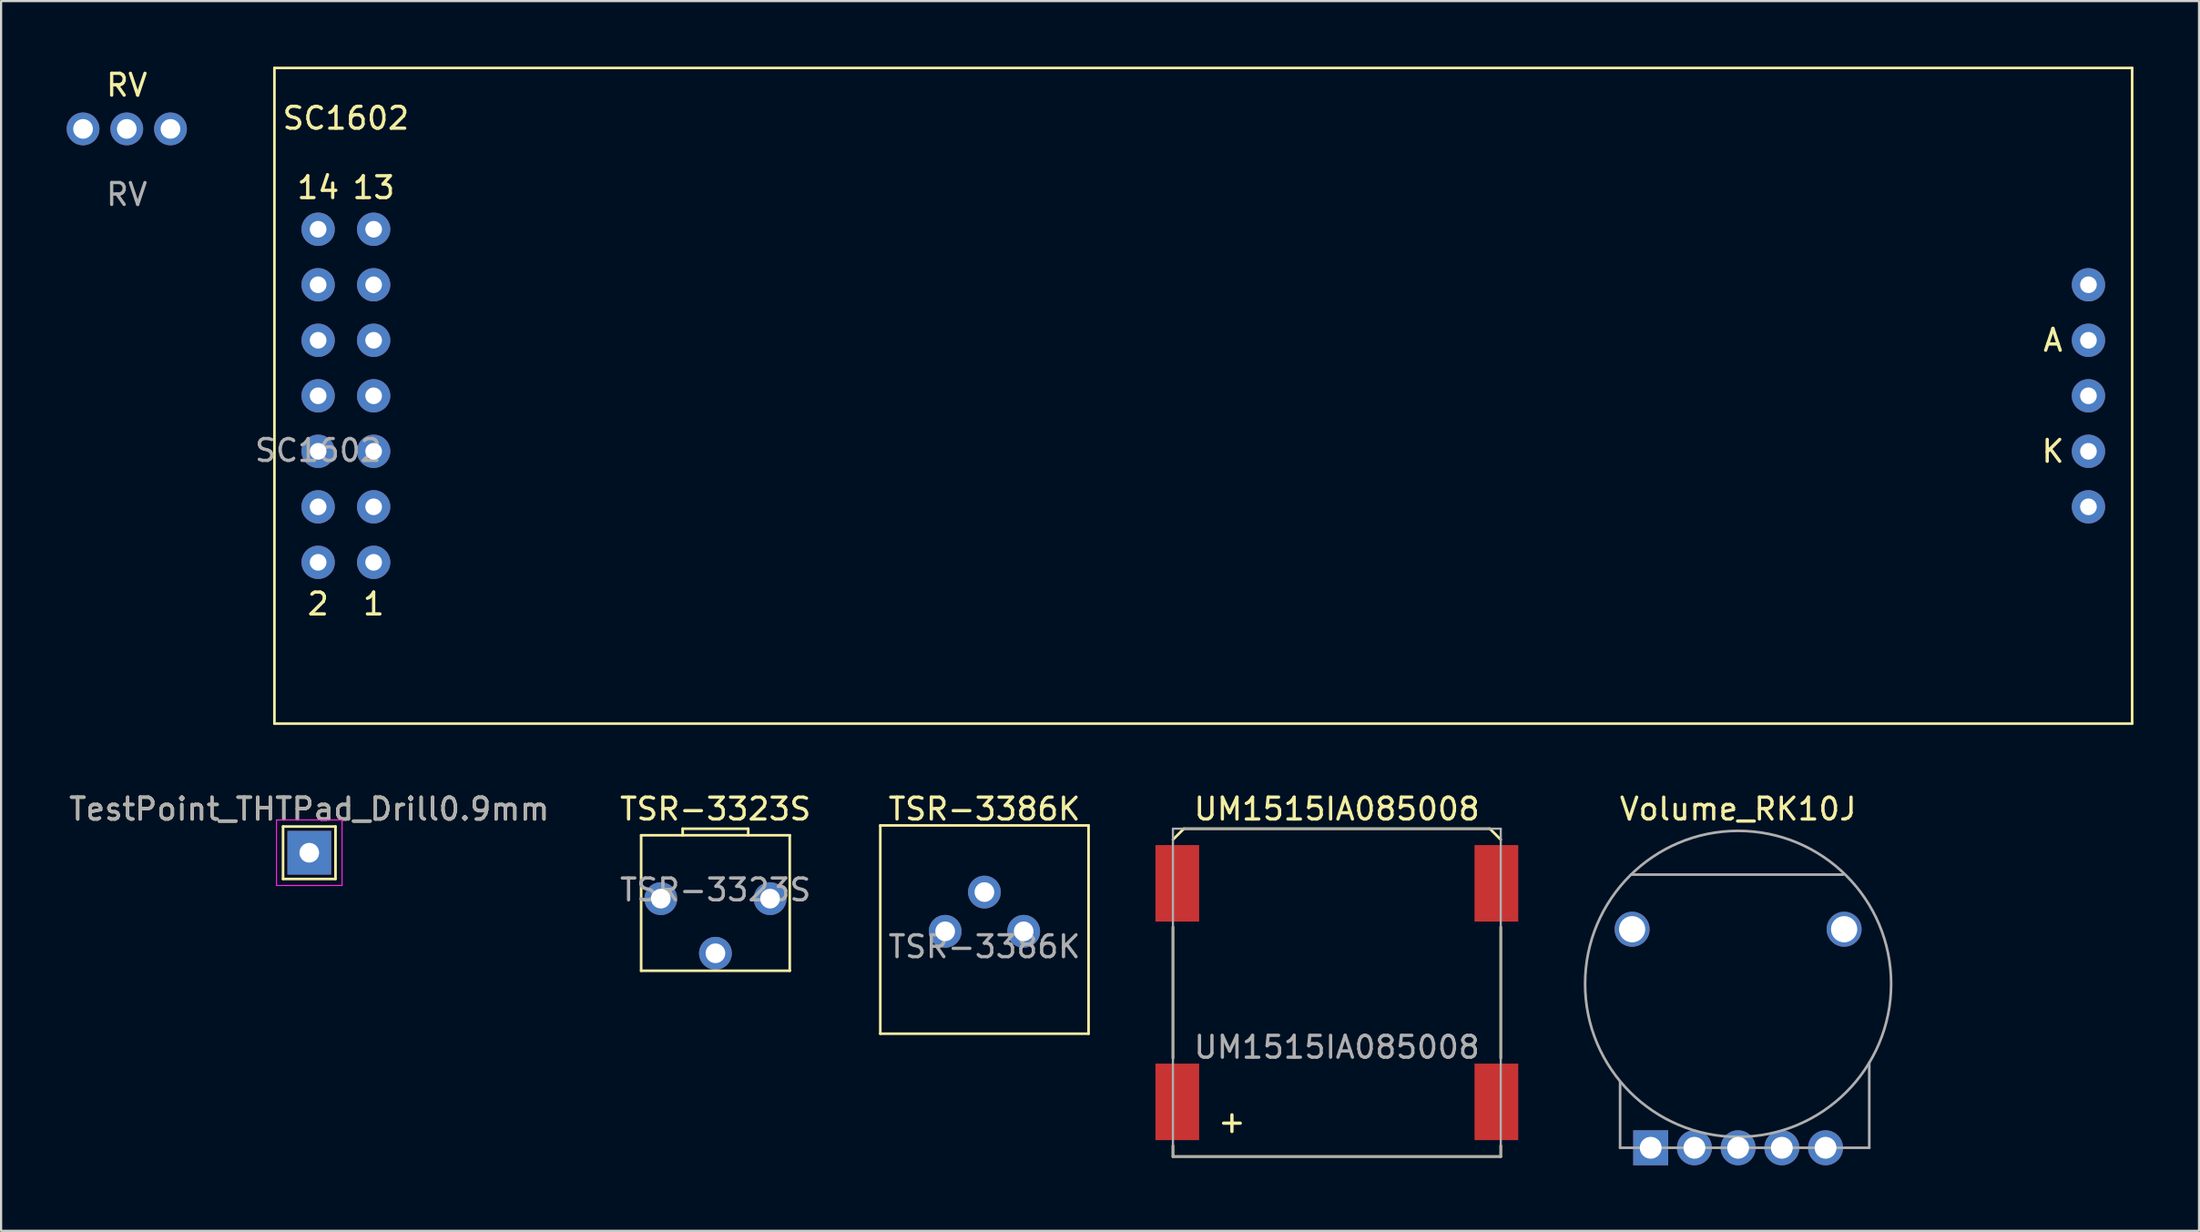
<source format=kicad_pcb>
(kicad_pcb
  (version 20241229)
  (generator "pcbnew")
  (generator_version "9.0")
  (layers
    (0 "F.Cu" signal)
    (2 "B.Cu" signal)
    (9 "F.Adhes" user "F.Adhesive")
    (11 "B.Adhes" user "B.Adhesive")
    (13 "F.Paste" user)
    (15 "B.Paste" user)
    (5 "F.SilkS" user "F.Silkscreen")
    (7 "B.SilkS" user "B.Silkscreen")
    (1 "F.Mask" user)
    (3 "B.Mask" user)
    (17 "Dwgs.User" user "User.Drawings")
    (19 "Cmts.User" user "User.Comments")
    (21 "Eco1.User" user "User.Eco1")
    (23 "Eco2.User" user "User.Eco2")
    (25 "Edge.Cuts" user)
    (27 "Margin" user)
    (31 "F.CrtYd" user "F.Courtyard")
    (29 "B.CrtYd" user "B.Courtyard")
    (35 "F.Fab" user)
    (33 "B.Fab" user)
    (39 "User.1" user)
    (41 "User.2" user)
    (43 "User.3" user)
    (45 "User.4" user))
  (footprint "TestPoint_THTPad_Drill0.9mm"
    (layer "F.Cu")
    (at 11.101 35.968)
    (property "Reference" "TestPoint_THTPad_Drill0.9mm" (at 0 -1.998 0) (layer "F.SilkS") (effects (font (size 1 1) (thickness 0.15))))
    (attr exclude_from_pos_files exclude_from_bom)
    (fp_line (start -1.2 -1.2) (end 1.2 -1.2) (stroke (width 0.12) (type solid)) (layer "F.SilkS"))
    (fp_line (start -1.2 1.2) (end -1.2 -1.2) (stroke (width 0.12) (type solid)) (layer "F.SilkS"))
    (fp_line (start 1.2 -1.2) (end 1.2 1.2) (stroke (width 0.12) (type solid)) (layer "F.SilkS"))
    (fp_line (start 1.2 1.2) (end -1.2 1.2) (stroke (width 0.12) (type solid)) (layer "F.SilkS"))
    (fp_line (start -1.5 -1.5) (end -1.5 1.5) (stroke (width 0.05) (type solid)) (layer "F.CrtYd"))
    (fp_line (start -1.5 -1.5) (end 1.5 -1.5) (stroke (width 0.05) (type solid)) (layer "F.CrtYd"))
    (fp_line (start 1.5 1.5) (end -1.5 1.5) (stroke (width 0.05) (type solid)) (layer "F.CrtYd"))
    (fp_line (start 1.5 1.5) (end 1.5 -1.5) (stroke (width 0.05) (type solid)) (layer "F.CrtYd"))
    (fp_text user "${REFERENCE}" (at 0 -2 0) (layer "F.Fab") (effects (font (size 1 1) (thickness 0.15))))
    (pad "" thru_hole rect (at 0 0) (size 2 2) (drill 0.9) (layers "*.Cu" "*.Mask")))
  (footprint "TSR-3386K"
    (layer "F.Cu")
    (at 41.992 37.768)
    (property "Reference" "TSR-3386K" (at 0 -3.8 0) (unlocked yes) (layer "F.SilkS") (effects (font (size 1 1) (thickness 0.15))))
    (attr through_hole)
    (fp_line (start -4.765 -3.05) (end 4.765 -3.05) (stroke (width 0.12) (type solid)) (layer "F.SilkS"))
    (fp_line (start -4.765 6.48) (end -4.765 -3.05) (stroke (width 0.12) (type solid)) (layer "F.SilkS"))
    (fp_line (start 4.765 -3.05) (end 4.765 6.48) (stroke (width 0.12) (type solid)) (layer "F.SilkS"))
    (fp_line (start 4.765 6.48) (end -4.765 6.48) (stroke (width 0.12) (type solid)) (layer "F.SilkS"))
    (fp_text user "${REFERENCE}" (at 0 2.5 0) (unlocked yes) (layer "F.Fab") (effects (font (size 1 1) (thickness 0.15))))
    (pad "1" thru_hole circle (at -1.796 1.796) (size 1.5 1.5) (drill 0.9) (layers "*.Cu" "*.Mask"))
    (pad "2" thru_hole circle (at 0 0) (size 1.5 1.5) (drill 0.9) (layers "*.Cu" "*.Mask"))
    (pad "3" thru_hole circle (at 1.796 1.796) (size 1.5 1.5) (drill 0.9) (layers "*.Cu" "*.Mask")))
  (footprint "RV"
    (layer "F.Cu")
    (at 2.75 2.848)
    (property "Reference" "RV" (at 0 -2 0) (unlocked yes) (layer "F.SilkS") (effects (font (size 1 1) (thickness 0.15))))
    (attr through_hole)
    (fp_text user "${REFERENCE}" (at 0 3 0) (unlocked yes) (layer "F.Fab") (effects (font (size 1 1) (thickness 0.15))))
    (pad "1" thru_hole circle (at 2 0) (size 1.5 1.5) (drill 0.9) (layers "*.Cu" "*.Mask"))
    (pad "2" thru_hole circle (at 0 0) (size 1.5 1.5) (drill 0.9) (layers "*.Cu" "*.Mask"))
    (pad "3" thru_hole circle (at -2 0) (size 1.5 1.5) (drill 0.9) (layers "*.Cu" "*.Mask")))
  (footprint "Volume_RK10J"
    (layer "F.Cu")
    (at 76.477 41.968)
    (property "Reference" "Volume_RK10J" (at 0 -8 0) (layer "F.SilkS") (effects (font (size 1 1) (thickness 0.15))))
    (attr through_hole)
    (fp_line (start -5.4 7.5) (end -5.4 4.5) (stroke (width 0.12) (type solid)) (layer "F.Fab"))
    (fp_line (start 4.8 -5) (end -4.9 -5) (stroke (width 0.12) (type solid)) (layer "F.Fab"))
    (fp_line (start 6 7.5) (end -5.4 7.5) (stroke (width 0.12) (type solid)) (layer "F.Fab"))
    (fp_line (start 6 7.5) (end 6 3.6) (stroke (width 0.12) (type solid)) (layer "F.Fab"))
    (fp_circle (center 0 0) (end 7.001 0) (stroke (width 0.12) (type solid)) (fill no) (layer "F.Fab"))
    (pad "1" thru_hole rect (at -4 7.5) (size 1.6 1.6) (drill 1) (layers "*.Cu" "*.Mask"))
    (pad "2" thru_hole circle (at -2 7.5) (size 1.6 1.6) (drill 1) (layers "*.Cu" "*.Mask"))
    (pad "3" thru_hole circle (at 4 7.5) (size 1.6 1.6) (drill 1) (layers "*.Cu" "*.Mask"))
    (pad "~" thru_hole circle (at -4.85 -2.5) (size 1.6 1.6) (drill 1.2) (layers "*.Cu" "*.Mask"))
    (pad "~" thru_hole circle (at 0 7.5) (size 1.6 1.6) (drill 1) (layers "*.Cu" "*.Mask"))
    (pad "~" thru_hole circle (at 2 7.5) (size 1.6 1.6) (drill 1) (layers "*.Cu" "*.Mask"))
    (pad "~" thru_hole circle (at 4.85 -2.5) (size 1.6 1.6) (drill 1.2) (layers "*.Cu" "*.Mask")))
  (footprint "SC1602"
    (layer "F.Cu")
    (at 11.506 15.06)
    (property "Reference" "SC1602" (at 1.27 -12.7 0) (unlocked yes) (layer "F.SilkS") (effects (font (size 1 1) (thickness 0.15))))
    (attr through_hole)
    (fp_line (start -2 -15) (end 83 -15) (stroke (width 0.12) (type solid)) (layer "F.SilkS"))
    (fp_line (start -2 15) (end -2 -15) (stroke (width 0.12) (type solid)) (layer "F.SilkS"))
    (fp_line (start 83 -15) (end 83 15) (stroke (width 0.12) (type solid)) (layer "F.SilkS"))
    (fp_line (start 83 15) (end -2 15) (stroke (width 0.12) (type solid)) (layer "F.SilkS"))
    (fp_text user "2" (at 0 9.525 0) (unlocked yes) (layer "F.SilkS") (effects (font (size 1 1) (thickness 0.15))))
    (fp_text user "1" (at 2.54 9.525 0) (unlocked yes) (layer "F.SilkS") (effects (font (size 1 1) (thickness 0.15))))
    (fp_text user "A" (at 79.375 -2.54 0) (unlocked yes) (layer "F.SilkS") (effects (font (size 1 1) (thickness 0.15))))
    (fp_text user "13" (at 2.54 -9.525 0) (unlocked yes) (layer "F.SilkS") (effects (font (size 1 1) (thickness 0.15))))
    (fp_text user "K" (at 79.375 2.54 0) (unlocked yes) (layer "F.SilkS") (effects (font (size 1 1) (thickness 0.15))))
    (fp_text user "14" (at 0 -9.525 0) (unlocked yes) (layer "F.SilkS") (effects (font (size 1 1) (thickness 0.15))))
    (fp_text user "${REFERENCE}" (at 0 2.5 0) (unlocked yes) (layer "F.Fab") (effects (font (size 1 1) (thickness 0.15))))
    (pad "" thru_hole circle (at 81 0) (size 1.524 1.524) (drill 0.762) (layers "*.Cu" "*.Mask"))
    (pad "1" thru_hole circle (at 2.54 7.62) (size 1.524 1.524) (drill 0.762) (layers "*.Cu" "*.Mask"))
    (pad "2" thru_hole circle (at 0 7.62) (size 1.524 1.524) (drill 0.762) (layers "*.Cu" "*.Mask"))
    (pad "3" thru_hole circle (at 2.54 5.08) (size 1.524 1.524) (drill 0.762) (layers "*.Cu" "*.Mask"))
    (pad "4" thru_hole circle (at 0 5.08) (size 1.524 1.524) (drill 0.762) (layers "*.Cu" "*.Mask"))
    (pad "5" thru_hole circle (at 2.54 2.54) (size 1.524 1.524) (drill 0.762) (layers "*.Cu" "*.Mask"))
    (pad "6" thru_hole circle (at 0 2.54) (size 1.524 1.524) (drill 0.762) (layers "*.Cu" "*.Mask"))
    (pad "7" thru_hole circle (at 2.54 0) (size 1.524 1.524) (drill 0.762) (layers "*.Cu" "*.Mask"))
    (pad "8" thru_hole circle (at 0 0) (size 1.524 1.524) (drill 0.762) (layers "*.Cu" "*.Mask"))
    (pad "9" thru_hole circle (at 2.54 -2.54) (size 1.524 1.524) (drill 0.762) (layers "*.Cu" "*.Mask"))
    (pad "10" thru_hole circle (at 0 -2.54) (size 1.524 1.524) (drill 0.762) (layers "*.Cu" "*.Mask"))
    (pad "11" thru_hole circle (at 2.54 -5.08) (size 1.524 1.524) (drill 0.762) (layers "*.Cu" "*.Mask"))
    (pad "12" thru_hole circle (at 0 -5.08) (size 1.524 1.524) (drill 0.762) (layers "*.Cu" "*.Mask"))
    (pad "13" thru_hole circle (at 2.54 -7.62) (size 1.524 1.524) (drill 0.762) (layers "*.Cu" "*.Mask"))
    (pad "14" thru_hole circle (at 0 -7.62) (size 1.524 1.524) (drill 0.762) (layers "*.Cu" "*.Mask"))
    (pad "15" thru_hole circle (at 81 -5.08) (size 1.524 1.524) (drill 0.762) (layers "*.Cu" "*.Mask"))
    (pad "15" thru_hole circle (at 81 -2.54) (size 1.524 1.524) (drill 0.762) (layers "*.Cu" "*.Mask"))
    (pad "16" thru_hole circle (at 81 2.54) (size 1.524 1.524) (drill 0.762) (layers "*.Cu" "*.Mask"))
    (pad "16" thru_hole circle (at 81 5.08) (size 1.524 1.524) (drill 0.762) (layers "*.Cu" "*.Mask")))
  (footprint "UM1515IA085008"
    (layer "F.Cu")
    (at 58.117 42.368)
    (property "Reference" "UM1515IA085008" (at 0 -8.4 0) (unlocked yes) (layer "F.SilkS") (effects (font (size 1 1) (thickness 0.15))))
    (attr smd)
    (fp_line (start -7.5 -7) (end -7 -7.5) (stroke (width 0.12) (type solid)) (layer "F.SilkS"))
    (fp_line (start -7.5 -3) (end -7.5 3) (stroke (width 0.12) (type solid)) (layer "F.SilkS"))
    (fp_line (start -7.5 7) (end -7.5 7.5) (stroke (width 0.12) (type solid)) (layer "F.SilkS"))
    (fp_line (start -7.5 7.5) (end 7.5 7.5) (stroke (width 0.12) (type solid)) (layer "F.SilkS"))
    (fp_line (start -7 -7.5) (end 7 -7.5) (stroke (width 0.12) (type solid)) (layer "F.SilkS"))
    (fp_line (start 7 -7.5) (end 7.5 -7) (stroke (width 0.12) (type solid)) (layer "F.SilkS"))
    (fp_line (start 7.5 -3) (end 7.5 3) (stroke (width 0.12) (type solid)) (layer "F.SilkS"))
    (fp_line (start 7.5 7.5) (end 7.5 7) (stroke (width 0.12) (type solid)) (layer "F.SilkS"))
    (fp_line (start -7.5 -7.5) (end 7.5 -7.5) (stroke (width 0.1) (type solid)) (layer "F.Fab"))
    (fp_line (start -7.5 7.5) (end -7.5 -7.5) (stroke (width 0.1) (type solid)) (layer "F.Fab"))
    (fp_line (start 7.5 -7.5) (end 7.5 7.5) (stroke (width 0.1) (type solid)) (layer "F.Fab"))
    (fp_line (start 7.5 7.5) (end -7.5 7.5) (stroke (width 0.1) (type solid)) (layer "F.Fab"))
    (fp_text user "+" (at -4.8 5.9 0) (unlocked yes) (layer "F.SilkS") (effects (font (size 1 1) (thickness 0.15))))
    (fp_text user "${REFERENCE}" (at 0 2.5 0) (unlocked yes) (layer "F.Fab") (effects (font (size 1 1) (thickness 0.15))))
    (pad "1" smd rect (at 7.3 -5) (size 2 3.5) (layers "F.Cu" "F.Mask" "F.Paste"))
    (pad "1" smd rect (at 7.3 5) (size 2 3.5) (layers "F.Cu" "F.Mask" "F.Paste"))
    (pad "2" smd rect (at -7.3 -5) (size 2 3.5) (layers "F.Cu" "F.Mask" "F.Paste"))
    (pad "2" smd rect (at -7.3 5) (size 2 3.5) (layers "F.Cu" "F.Mask" "F.Paste")))
  (footprint "TSR-3323S"
    (layer "F.Cu")
    (at 29.685 35.168)
    (property "Reference" "TSR-3323S" (at 0 -1.2 0) (unlocked yes) (layer "F.SilkS") (effects (font (size 1 1) (thickness 0.15))))
    (attr through_hole)
    (fp_line (start -3.4 0) (end 3.4 0) (stroke (width 0.12) (type solid)) (layer "F.SilkS"))
    (fp_line (start -3.4 6.2) (end -3.4 0) (stroke (width 0.12) (type solid)) (layer "F.SilkS"))
    (fp_line (start -1.5 -0.3) (end 1.5 -0.3) (stroke (width 0.12) (type solid)) (layer "F.SilkS"))
    (fp_line (start -1.5 0) (end -1.5 -0.3) (stroke (width 0.12) (type solid)) (layer "F.SilkS"))
    (fp_line (start 1.5 -0.3) (end 1.5 0) (stroke (width 0.12) (type solid)) (layer "F.SilkS"))
    (fp_line (start 3.4 0) (end 3.4 6.2) (stroke (width 0.12) (type solid)) (layer "F.SilkS"))
    (fp_line (start 3.4 6.2) (end -3.4 6.2) (stroke (width 0.12) (type solid)) (layer "F.SilkS"))
    (fp_text user "${REFERENCE}" (at 0 2.5 0) (unlocked yes) (layer "F.Fab") (effects (font (size 1 1) (thickness 0.15))))
    (pad "1" thru_hole circle (at -2.5 2.9) (size 1.5 1.5) (drill 0.9) (layers "*.Cu" "*.Mask"))
    (pad "2" thru_hole circle (at 0 5.4) (size 1.5 1.5) (drill 0.9) (layers "*.Cu" "*.Mask"))
    (pad "3" thru_hole circle (at 2.5 2.9) (size 1.5 1.5) (drill 0.9) (layers "*.Cu" "*.Mask")))
  (gr_rect
    (start -3 -3)
    (end 97.566 53.268)
    (stroke (width 0.1) (type default))
    (fill no)
    (layer "Edge.Cuts")))
</source>
